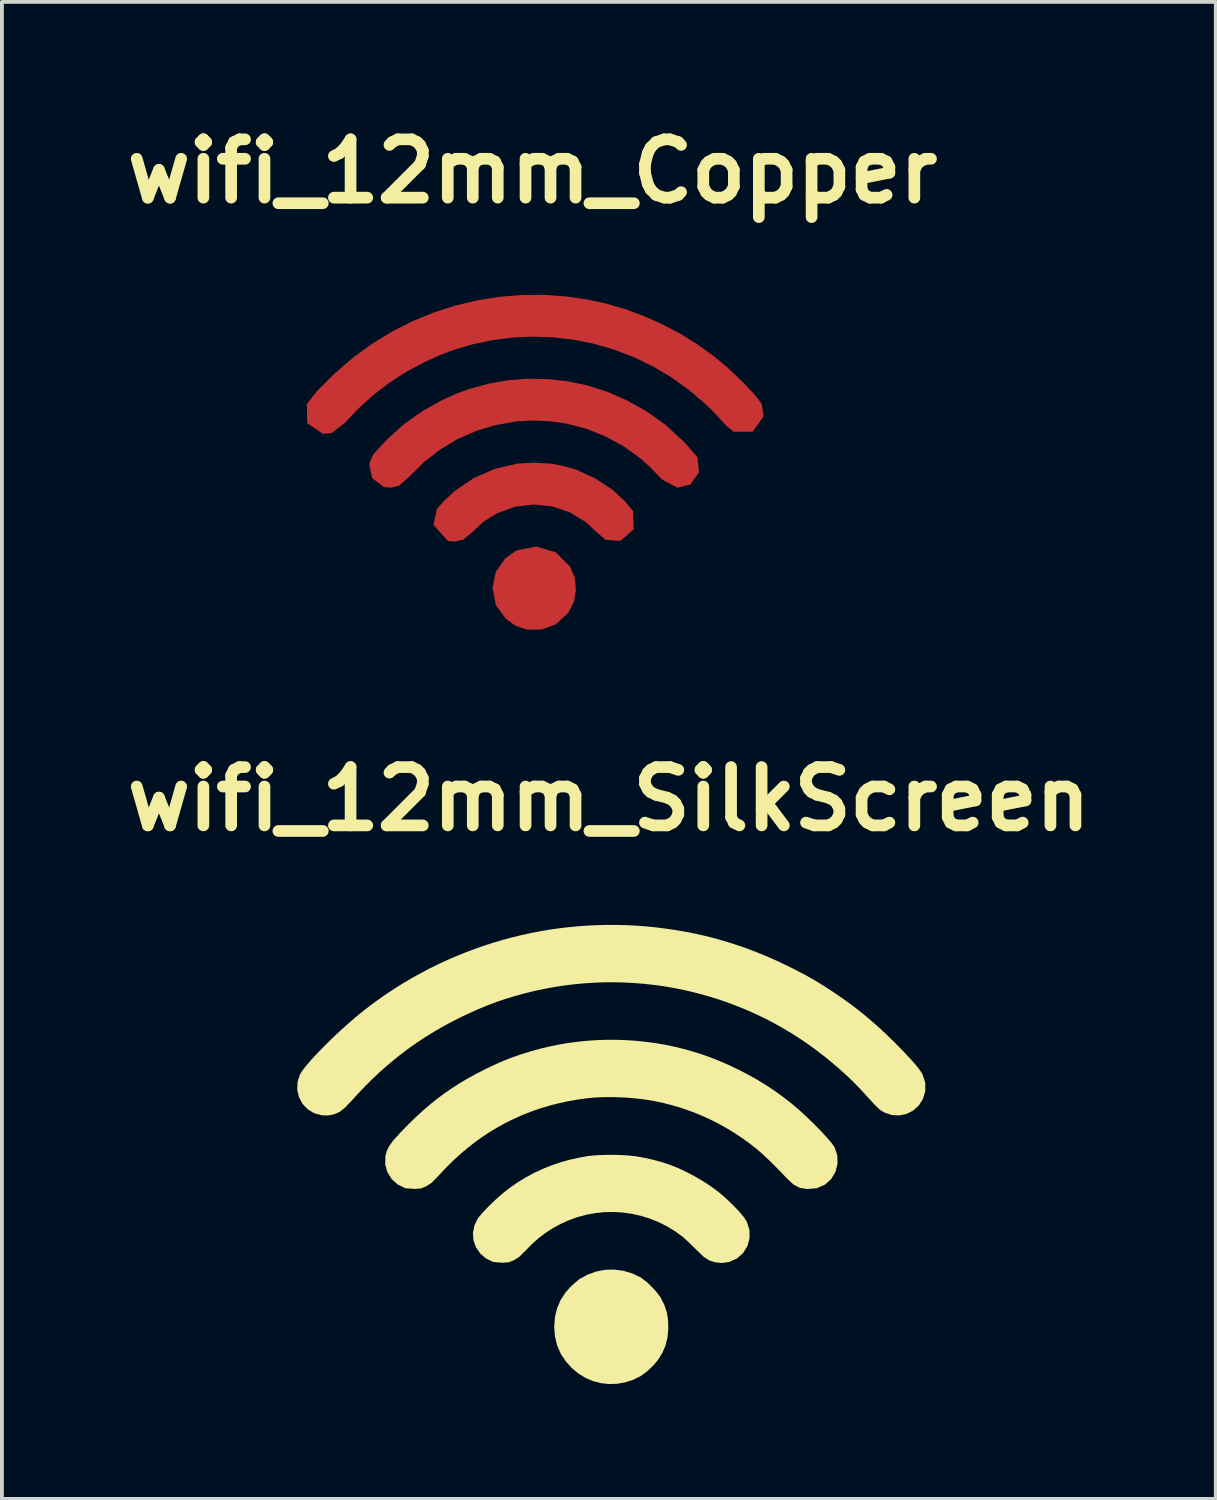
<source format=kicad_pcb>
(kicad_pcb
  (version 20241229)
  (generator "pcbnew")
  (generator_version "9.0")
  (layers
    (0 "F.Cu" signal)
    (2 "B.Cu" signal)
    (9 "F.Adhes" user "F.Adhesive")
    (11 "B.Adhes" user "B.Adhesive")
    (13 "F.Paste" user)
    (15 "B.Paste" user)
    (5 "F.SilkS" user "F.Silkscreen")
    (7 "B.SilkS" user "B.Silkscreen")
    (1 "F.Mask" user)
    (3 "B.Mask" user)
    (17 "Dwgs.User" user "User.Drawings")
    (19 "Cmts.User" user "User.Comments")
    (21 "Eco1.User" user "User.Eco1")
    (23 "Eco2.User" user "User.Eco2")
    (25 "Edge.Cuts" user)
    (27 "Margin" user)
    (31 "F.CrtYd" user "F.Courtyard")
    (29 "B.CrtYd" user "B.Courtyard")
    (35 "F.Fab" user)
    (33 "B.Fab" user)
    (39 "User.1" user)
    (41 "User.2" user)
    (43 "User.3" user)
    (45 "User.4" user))
  (footprint "wifi_12mm_Copper"
    (layer "F.Cu")
    (at 10.864 8.961)
    (property "Reference" "wifi_12mm_Copper" (at 0 -7.535 0) (layer "F.SilkS") (effects (font (size 1.524 1.524) (thickness 0.305))))
    (attr exclude_from_pos_files exclude_from_bom)
    (fp_poly (pts (xy -0.143 4.441) (xy -0.44 4.342) (xy -0.697 4.159) (xy -0.958 3.798) (xy -1.043 3.363) (xy -0.96 2.933) (xy -0.711 2.578) (xy -0.414 2.37) (xy 0.102 2.27) (xy 0.611 2.422) (xy 0.985 2.799) (xy 1.107 3.09) (xy 1.134 3.411) (xy 1.081 3.723) (xy 0.935 4.001) (xy 0.609 4.303) (xy 0.242 4.439) (xy -0.143 4.441)) (stroke (width 0) (type solid)) (fill yes) (layer "F.Cu"))
    (fp_poly (pts (xy -2.208 2.125) (xy -2.587 1.705) (xy -2.5 1.29) (xy -2.298 1.066) (xy -2.032 0.819) (xy -1.535 0.481) (xy -0.988 0.243) (xy -0.388 0.102) (xy 0.063 0.08) (xy 0.519 0.108) (xy 0.852 0.176) (xy 1.162 0.269) (xy 1.646 0.494) (xy 2.087 0.784) (xy 2.422 1.092) (xy 2.631 1.351) (xy 2.646 1.821) (xy 2.296 2.125) (xy 1.915 2.095) (xy 1.658 1.88) (xy 1.401 1.638) (xy 0.974 1.376) (xy 0.509 1.22) (xy 0.025 1.171) (xy -0.46 1.231) (xy -0.927 1.402) (xy -1.28 1.621) (xy -1.598 1.915) (xy -1.812 2.091) (xy -2.028 2.14) (xy -2.208 2.125)) (stroke (width 0) (type solid)) (fill yes) (layer "F.Cu"))
    (fp_poly (pts (xy -3.887 0.716) (xy -4.192 0.48) (xy -4.267 0.109) (xy -4.163 -0.135) (xy -3.813 -0.516) (xy -3.369 -0.918) (xy -2.903 -1.253) (xy -2.385 -1.543) (xy -2.018 -1.712) (xy -1.668 -1.842) (xy -1.165 -1.982) (xy -0.65 -2.073) (xy -0.126 -2.114) (xy 0.399 -2.106) (xy 0.92 -2.048) (xy 1.431 -1.94) (xy 1.952 -1.776) (xy 2.467 -1.55) (xy 2.996 -1.254) (xy 3.49 -0.898) (xy 3.982 -0.443) (xy 4.31 -0.062) (xy 4.351 0.331) (xy 4.125 0.649) (xy 3.788 0.733) (xy 3.398 0.528) (xy 3.085 0.209) (xy 2.827 -0.027) (xy 2.381 -0.349) (xy 1.901 -0.611) (xy 1.392 -0.812) (xy 0.862 -0.948) (xy 0.435 -1.005) (xy -0.014 -1.023) (xy -0.423 -0.999) (xy -0.964 -0.903) (xy -1.474 -0.75) (xy -1.955 -0.539) (xy -2.406 -0.269) (xy -2.828 0.058) (xy -3.221 0.444) (xy -3.489 0.682) (xy -3.707 0.731) (xy -3.887 0.716)) (stroke (width 0) (type solid)) (fill yes) (layer "F.Cu"))
    (fp_poly (pts (xy -5.478 -0.675) (xy -5.886 -0.954) (xy -5.898 -1.453) (xy -5.643 -1.777) (xy -5.176 -2.245) (xy -4.669 -2.683) (xy -4.183 -3.034) (xy -3.675 -3.344) (xy -3.146 -3.612) (xy -2.6 -3.838) (xy -2.038 -4.02) (xy -1.465 -4.159) (xy -0.882 -4.254) (xy -0.292 -4.303) (xy 0.302 -4.306) (xy 0.899 -4.263) (xy 1.428 -4.185) (xy 1.94 -4.074) (xy 2.44 -3.928) (xy 2.932 -3.744) (xy 3.422 -3.522) (xy 3.877 -3.283) (xy 4.298 -3.019) (xy 4.706 -2.728) (xy 5.081 -2.42) (xy 5.457 -2.065) (xy 5.817 -1.686) (xy 5.989 -1.458) (xy 6.041 -1.133) (xy 5.752 -0.73) (xy 5.257 -0.729) (xy 5.067 -0.885) (xy 4.754 -1.225) (xy 4.548 -1.427) (xy 4.104 -1.808) (xy 3.641 -2.142) (xy 3.159 -2.431) (xy 2.652 -2.676) (xy 2.12 -2.879) (xy 1.602 -3.028) (xy 1.074 -3.134) (xy 0.541 -3.196) (xy 0.005 -3.215) (xy -0.532 -3.189) (xy -1.066 -3.12) (xy -1.595 -3.006) (xy -2.023 -2.881) (xy -2.429 -2.728) (xy -2.85 -2.536) (xy -3.312 -2.286) (xy -3.744 -2.008) (xy -4.149 -1.697) (xy -4.536 -1.347) (xy -4.909 -0.956) (xy -5.251 -0.693) (xy -5.478 -0.675)) (stroke (width 0) (type solid)) (fill yes) (layer "F.Cu")))
  (footprint "wifi_12mm_SilkScreen"
    (layer "F.Cu")
    (at 12.86 27.017)
    (property "Reference" "wifi_12mm_SilkScreen" (at 0 -9.188 0) (layer "F.SilkS") (effects (font (size 1.524 1.524) (thickness 0.305))))
    (attr exclude_from_pos_files exclude_from_bom)
    (fp_poly (pts (xy -0.195 6.078) (xy -0.406 6.024) (xy -0.603 5.942) (xy -0.786 5.831) (xy -0.955 5.693) (xy -1.127 5.505) (xy -1.259 5.304) (xy -1.353 5.087) (xy -1.409 4.854) (xy -1.428 4.602) (xy -1.41 4.355) (xy -1.355 4.124) (xy -1.264 3.909) (xy -1.137 3.711) (xy -0.973 3.528) (xy -0.775 3.36) (xy -0.567 3.244) (xy -0.338 3.16) (xy -0.101 3.114) (xy 0.14 3.107) (xy 0.379 3.139) (xy 0.612 3.208) (xy 0.836 3.315) (xy 1.015 3.453) (xy 1.209 3.649) (xy 1.349 3.831) (xy 1.45 4.032) (xy 1.516 4.229) (xy 1.548 4.436) (xy 1.552 4.668) (xy 1.53 4.894) (xy 1.479 5.096) (xy 1.397 5.286) (xy 1.279 5.475) (xy 1.151 5.625) (xy 0.988 5.777) (xy 0.834 5.889) (xy 0.641 5.984) (xy 0.437 6.052) (xy 0.225 6.091) (xy 0.013 6.1) (xy -0.195 6.078)) (stroke (width 0) (type solid)) (fill yes) (layer "F.SilkS"))
    (fp_poly (pts (xy -3.022 2.909) (xy -3.206 2.821) (xy -3.359 2.691) (xy -3.474 2.525) (xy -3.541 2.334) (xy -3.551 2.141) (xy -3.51 1.944) (xy -3.421 1.766) (xy -3.313 1.636) (xy -3.145 1.459) (xy -2.954 1.274) (xy -2.781 1.121) (xy -2.584 0.968) (xy -2.38 0.827) (xy -2.171 0.699) (xy -1.956 0.583) (xy -1.735 0.479) (xy -1.507 0.387) (xy -1.273 0.307) (xy -1.032 0.239) (xy -0.785 0.184) (xy -0.531 0.14) (xy -0.315 0.119) (xy -0.053 0.109) (xy 0.225 0.111) (xy 0.489 0.124) (xy 0.71 0.148) (xy 0.936 0.188) (xy 1.166 0.241) (xy 1.388 0.302) (xy 1.59 0.368) (xy 1.805 0.454) (xy 2.028 0.558) (xy 2.253 0.677) (xy 2.471 0.805) (xy 2.674 0.938) (xy 2.856 1.073) (xy 3.045 1.234) (xy 3.23 1.408) (xy 3.394 1.579) (xy 3.523 1.731) (xy 3.601 1.849) (xy 3.673 2.066) (xy 3.677 2.285) (xy 3.621 2.492) (xy 3.509 2.674) (xy 3.348 2.817) (xy 3.143 2.909) (xy 2.965 2.935) (xy 2.785 2.92) (xy 2.621 2.868) (xy 2.483 2.779) (xy 2.269 2.573) (xy 2.069 2.377) (xy 1.917 2.242) (xy 1.716 2.097) (xy 1.507 1.971) (xy 1.29 1.863) (xy 1.066 1.774) (xy 0.837 1.703) (xy 0.603 1.651) (xy 0.367 1.617) (xy 0.129 1.603) (xy -0.109 1.607) (xy -0.347 1.631) (xy -0.583 1.674) (xy -0.816 1.736) (xy -1.045 1.817) (xy -1.268 1.919) (xy -1.472 2.03) (xy -1.661 2.153) (xy -1.84 2.29) (xy -2.014 2.445) (xy -2.187 2.621) (xy -2.345 2.778) (xy -2.479 2.862) (xy -2.613 2.916) (xy -2.776 2.929) (xy -3.022 2.909)) (stroke (width 0) (type solid)) (fill yes) (layer "F.SilkS"))
    (fp_poly (pts (xy -5.319 0.981) (xy -5.517 0.885) (xy -5.675 0.742) (xy -5.787 0.564) (xy -5.844 0.362) (xy -5.84 0.149) (xy -5.807 0.015) (xy -5.745 -0.114) (xy -5.637 -0.263) (xy -5.467 -0.452) (xy -5.219 -0.706) (xy -5.037 -0.883) (xy -4.856 -1.049) (xy -4.673 -1.206) (xy -4.488 -1.355) (xy -4.299 -1.495) (xy -4.105 -1.629) (xy -3.906 -1.757) (xy -3.7 -1.88) (xy -3.486 -1.998) (xy -3.264 -2.112) (xy -3.046 -2.217) (xy -2.854 -2.305) (xy -2.672 -2.38) (xy -2.487 -2.451) (xy -2.282 -2.521) (xy -2.042 -2.596) (xy -1.799 -2.663) (xy -1.554 -2.722) (xy -1.306 -2.772) (xy -1.057 -2.814) (xy -0.805 -2.847) (xy -0.553 -2.872) (xy -0.3 -2.889) (xy -0.046 -2.897) (xy 0.208 -2.896) (xy 0.461 -2.887) (xy 0.714 -2.87) (xy 0.966 -2.844) (xy 1.217 -2.81) (xy 1.467 -2.767) (xy 1.714 -2.716) (xy 1.959 -2.656) (xy 2.207 -2.586) (xy 2.442 -2.512) (xy 2.671 -2.43) (xy 2.9 -2.34) (xy 3.132 -2.237) (xy 3.376 -2.121) (xy 3.596 -2.009) (xy 3.804 -1.895) (xy 4.003 -1.777) (xy 4.197 -1.654) (xy 4.388 -1.523) (xy 4.58 -1.382) (xy 4.776 -1.23) (xy 4.957 -1.077) (xy 5.154 -0.897) (xy 5.354 -0.703) (xy 5.542 -0.512) (xy 5.705 -0.335) (xy 5.829 -0.188) (xy 5.899 -0.084) (xy 5.97 0.128) (xy 5.975 0.346) (xy 5.921 0.556) (xy 5.809 0.742) (xy 5.645 0.889) (xy 5.432 0.982) (xy 5.184 1.003) (xy 4.989 0.972) (xy 4.825 0.886) (xy 4.65 0.723) (xy 4.479 0.543) (xy 4.306 0.368) (xy 4.14 0.207) (xy 3.992 0.069) (xy 3.869 -0.038) (xy 3.671 -0.193) (xy 3.468 -0.339) (xy 3.259 -0.477) (xy 3.044 -0.606) (xy 2.825 -0.726) (xy 2.601 -0.836) (xy 2.373 -0.938) (xy 2.141 -1.029) (xy 1.905 -1.111) (xy 1.666 -1.183) (xy 1.424 -1.245) (xy 1.179 -1.297) (xy 0.938 -1.337) (xy 0.682 -1.367) (xy 0.419 -1.388) (xy 0.155 -1.398) (xy -0.104 -1.399) (xy -0.351 -1.389) (xy -0.579 -1.368) (xy -0.831 -1.333) (xy -1.077 -1.289) (xy -1.319 -1.236) (xy -1.557 -1.175) (xy -1.79 -1.105) (xy -2.018 -1.026) (xy -2.242 -0.939) (xy -2.461 -0.842) (xy -2.676 -0.737) (xy -2.886 -0.623) (xy -3.092 -0.5) (xy -3.293 -0.368) (xy -3.49 -0.228) (xy -3.682 -0.078) (xy -3.87 0.08) (xy -4.054 0.247) (xy -4.233 0.423) (xy -4.408 0.608) (xy -4.63 0.839) (xy -4.775 0.933) (xy -4.91 0.988) (xy -5.073 1.001) (xy -5.319 0.981)) (stroke (width 0) (type solid)) (fill yes) (layer "F.SilkS"))
    (fp_poly (pts (xy -7.497 -0.924) (xy -7.699 -0.978) (xy -7.87 -1.081) (xy -8.004 -1.223) (xy -8.097 -1.395) (xy -8.143 -1.586) (xy -8.136 -1.787) (xy -8.073 -1.989) (xy -8.012 -2.087) (xy -7.911 -2.218) (xy -7.775 -2.375) (xy -7.611 -2.552) (xy -7.425 -2.742) (xy -7.224 -2.94) (xy -7.013 -3.138) (xy -6.8 -3.33) (xy -6.59 -3.511) (xy -6.391 -3.673) (xy -6.186 -3.828) (xy -5.979 -3.979) (xy -5.768 -4.124) (xy -5.554 -4.264) (xy -5.337 -4.398) (xy -5.118 -4.526) (xy -4.895 -4.649) (xy -4.671 -4.767) (xy -4.443 -4.879) (xy -4.213 -4.985) (xy -3.981 -5.085) (xy -3.747 -5.18) (xy -3.51 -5.269) (xy -3.272 -5.353) (xy -3.032 -5.43) (xy -2.79 -5.502) (xy -2.546 -5.568) (xy -2.301 -5.628) (xy -2.054 -5.682) (xy -1.807 -5.731) (xy -1.558 -5.773) (xy -1.307 -5.809) (xy -1.056 -5.839) (xy -0.804 -5.863) (xy -0.552 -5.881) (xy -0.298 -5.893) (xy -0.044 -5.899) (xy 0.21 -5.898) (xy 0.465 -5.892) (xy 0.72 -5.879) (xy 0.975 -5.86) (xy 1.23 -5.834) (xy 1.492 -5.801) (xy 1.75 -5.763) (xy 2.006 -5.719) (xy 2.258 -5.669) (xy 2.507 -5.613) (xy 2.754 -5.551) (xy 2.999 -5.482) (xy 3.242 -5.407) (xy 3.484 -5.326) (xy 3.725 -5.238) (xy 3.965 -5.144) (xy 4.204 -5.043) (xy 4.444 -4.935) (xy 4.684 -4.821) (xy 4.912 -4.706) (xy 5.117 -4.599) (xy 5.306 -4.493) (xy 5.49 -4.384) (xy 5.679 -4.266) (xy 5.882 -4.132) (xy 6.1 -3.983) (xy 6.308 -3.834) (xy 6.507 -3.683) (xy 6.7 -3.528) (xy 6.89 -3.367) (xy 7.08 -3.198) (xy 7.272 -3.018) (xy 7.468 -2.826) (xy 7.695 -2.595) (xy 7.882 -2.395) (xy 8.029 -2.229) (xy 8.133 -2.095) (xy 8.196 -1.995) (xy 8.267 -1.775) (xy 8.268 -1.551) (xy 8.205 -1.348) (xy 8.098 -1.18) (xy 7.954 -1.049) (xy 7.783 -0.961) (xy 7.594 -0.92) (xy 7.395 -0.931) (xy 7.195 -0.998) (xy 7.071 -1.076) (xy 6.935 -1.211) (xy 6.684 -1.487) (xy 6.506 -1.677) (xy 6.365 -1.82) (xy 6.224 -1.954) (xy 6.024 -2.135) (xy 5.822 -2.308) (xy 5.616 -2.475) (xy 5.408 -2.634) (xy 5.198 -2.787) (xy 4.984 -2.932) (xy 4.767 -3.07) (xy 4.546 -3.202) (xy 4.323 -3.327) (xy 4.096 -3.445) (xy 3.865 -3.557) (xy 3.63 -3.662) (xy 3.392 -3.761) (xy 3.149 -3.854) (xy 2.902 -3.94) (xy 2.655 -4.018) (xy 2.407 -4.089) (xy 2.156 -4.153) (xy 1.905 -4.21) (xy 1.652 -4.259) (xy 1.398 -4.301) (xy 1.143 -4.335) (xy 0.887 -4.362) (xy 0.631 -4.382) (xy 0.374 -4.395) (xy 0.117 -4.4) (xy -0.14 -4.398) (xy -0.397 -4.388) (xy -0.654 -4.371) (xy -0.911 -4.347) (xy -1.167 -4.315) (xy -1.422 -4.276) (xy -1.677 -4.229) (xy -1.93 -4.176) (xy -2.182 -4.114) (xy -2.44 -4.044) (xy -2.687 -3.969) (xy -2.928 -3.888) (xy -3.166 -3.798) (xy -3.405 -3.7) (xy -3.649 -3.591) (xy -3.901 -3.471) (xy -4.132 -3.353) (xy -4.357 -3.231) (xy -4.577 -3.103) (xy -4.791 -2.971) (xy -5 -2.834) (xy -5.205 -2.691) (xy -5.405 -2.541) (xy -5.601 -2.386) (xy -5.794 -2.224) (xy -5.984 -2.056) (xy -6.171 -1.88) (xy -6.356 -1.697) (xy -6.538 -1.507) (xy -6.719 -1.308) (xy -6.901 -1.118) (xy -7.045 -1.007) (xy -7.187 -0.948) (xy -7.344 -0.919) (xy -7.497 -0.924)) (stroke (width 0) (type solid)) (fill yes) (layer "F.SilkS")))
  (gr_rect
    (start -3 -3)
    (end 28.719 36.117)
    (stroke (width 0.1) (type default))
    (fill no)
    (layer "Edge.Cuts")))
</source>
